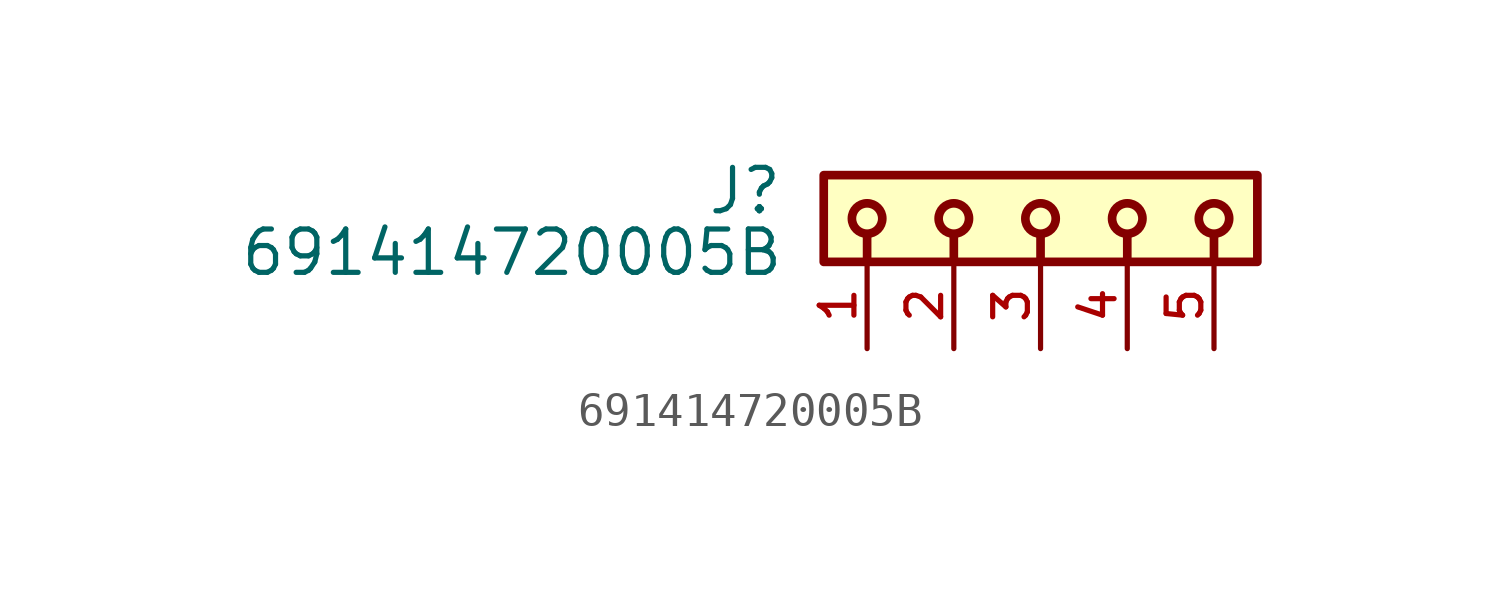
<source format=kicad_sym>
(kicad_symbol_lib
  (version 20241209)
  (generator "kicad_symbol_editor")
  (generator_version "9.0")
  (symbol "691414720005B"
    (pin_names
      (offset 1.016))
    (property "Reference" "J"
      (at -7.53 -1.205 0)
      (effects (font (size 1.27 1.27)) (justify right bottom)))
    (property "Value" "691414720005B"
      (at -7.49 -3.01 0)
      (effects (font (size 1.27 1.27)) (justify right bottom)))
    (symbol "691414720005B_0_0"
      (rectangle (start -6.35 -2.54) (end 6.35 0) (stroke (width 0.254) (type default)) (fill (type background)))
      (circle (center -5.08 -1.27) (radius 0.445) (stroke (width 0.254) (type default)) (fill (type none)))
      (polyline (pts (xy -5.08 -1.778) (xy -5.08 -2.54)) (stroke (width 0.254) (type default)) (fill (type none)))
      (circle (center -2.54 -1.27) (radius 0.445) (stroke (width 0.254) (type default)) (fill (type none)))
      (polyline (pts (xy -2.54 -1.778) (xy -2.54 -2.54)) (stroke (width 0.254) (type default)) (fill (type none)))
      (circle (center 0 -1.27) (radius 0.445) (stroke (width 0.254) (type default)) (fill (type none)))
      (polyline (pts (xy 0 -1.778) (xy 0 -2.54)) (stroke (width 0.254) (type default)) (fill (type none)))
      (circle (center 2.54 -1.27) (radius 0.445) (stroke (width 0.254) (type default)) (fill (type none)))
      (polyline (pts (xy 2.54 -1.778) (xy 2.54 -2.54)) (stroke (width 0.254) (type default)) (fill (type none)))
      (circle (center 5.08 -1.27) (radius 0.445) (stroke (width 0.254) (type default)) (fill (type none)))
      (polyline (pts (xy 5.08 -1.778) (xy 5.08 -2.54)) (stroke (width 0.254) (type default)) (fill (type none)))
      (pin passive line (at -5.08 -5.08 90) (length 2.54) (name "~" (effects (font (size 1.016 1.016)))) (number "1" (effects (font (size 1.016 1.016)))))
      (pin passive line (at -2.54 -5.08 90) (length 2.54) (name "~" (effects (font (size 1.016 1.016)))) (number "2" (effects (font (size 1.016 1.016)))))
      (pin passive line (at 0 -5.08 90) (length 2.54) (name "~" (effects (font (size 1.016 1.016)))) (number "3" (effects (font (size 1.016 1.016)))))
      (pin passive line (at 2.54 -5.08 90) (length 2.54) (name "~" (effects (font (size 1.016 1.016)))) (number "4" (effects (font (size 1.016 1.016)))))
      (pin passive line (at 5.08 -5.08 90) (length 2.54) (name "~" (effects (font (size 1.016 1.016)))) (number "5" (effects (font (size 1.016 1.016))))))))
</source>
